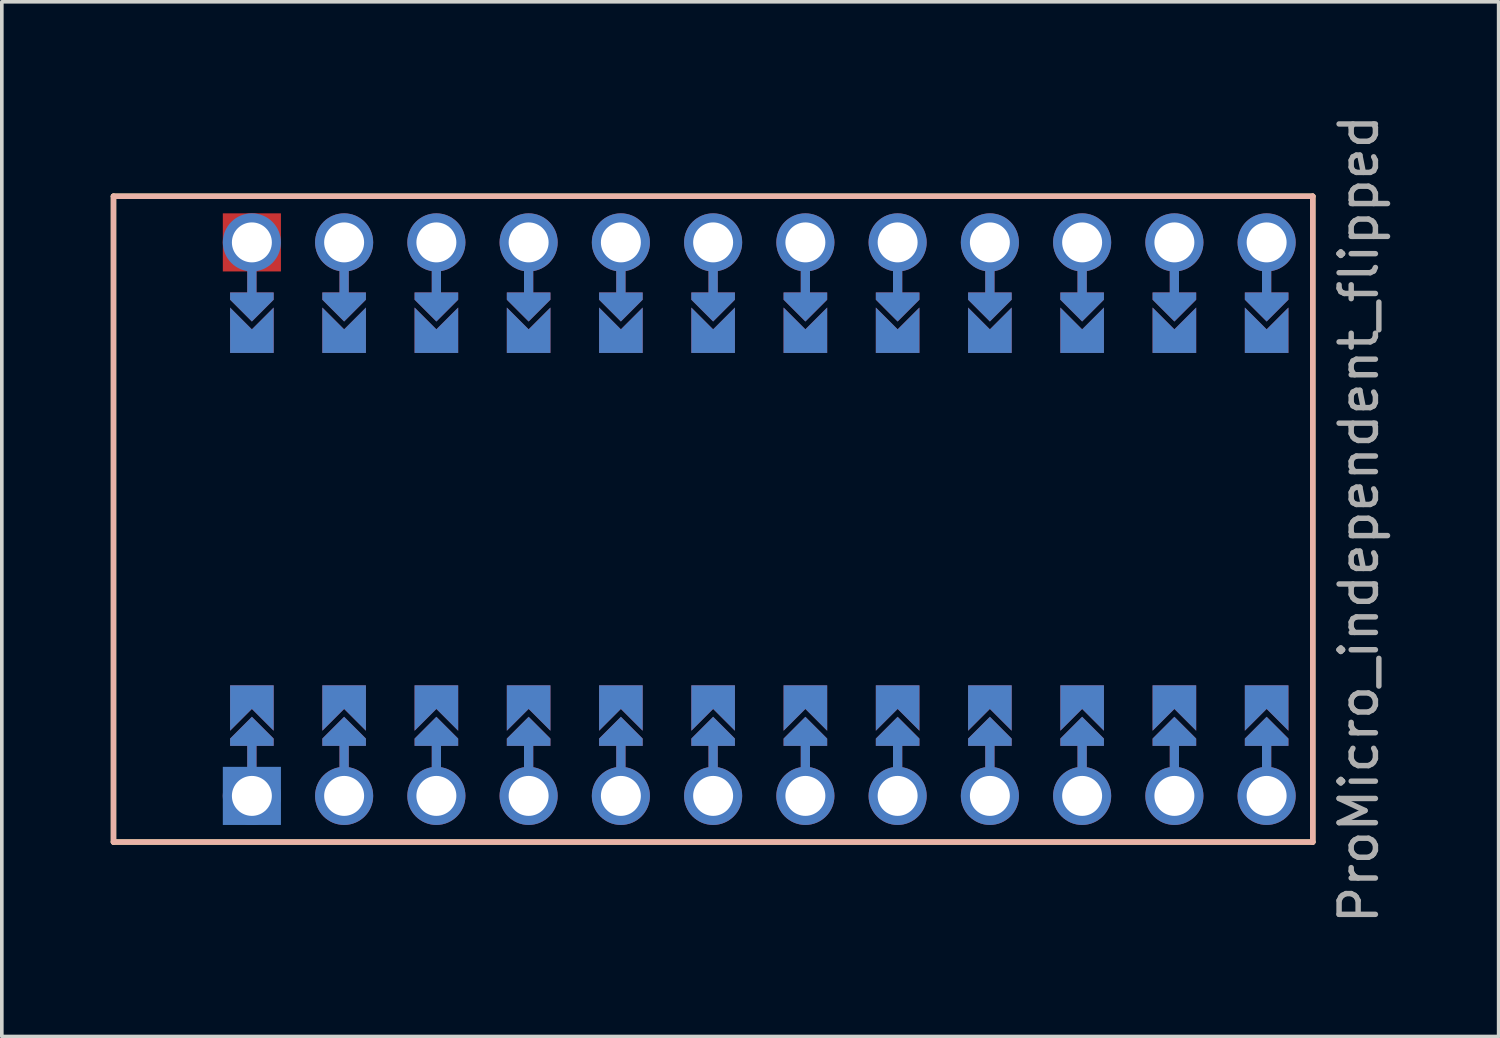
<source format=kicad_pcb>
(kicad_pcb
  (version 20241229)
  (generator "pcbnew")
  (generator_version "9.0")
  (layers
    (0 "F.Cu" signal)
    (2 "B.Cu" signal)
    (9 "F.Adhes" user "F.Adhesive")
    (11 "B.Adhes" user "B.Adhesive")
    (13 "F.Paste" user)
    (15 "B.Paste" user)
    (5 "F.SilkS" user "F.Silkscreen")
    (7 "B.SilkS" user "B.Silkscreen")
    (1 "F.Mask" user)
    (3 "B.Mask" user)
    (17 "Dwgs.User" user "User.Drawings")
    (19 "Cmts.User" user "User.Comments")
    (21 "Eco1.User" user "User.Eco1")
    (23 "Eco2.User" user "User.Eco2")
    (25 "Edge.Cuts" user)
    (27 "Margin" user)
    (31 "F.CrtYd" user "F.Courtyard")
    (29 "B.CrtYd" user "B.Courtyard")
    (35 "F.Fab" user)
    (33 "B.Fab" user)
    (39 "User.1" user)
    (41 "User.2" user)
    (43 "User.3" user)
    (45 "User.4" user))
  (footprint "ProMicro_independent_flipped"
    (layer "F.Cu")
    (at 17.855 11.244)
    (property "Reference" "ProMicro_independent_flipped" (at 16.51 0 90) (layer "F.Fab") (effects (font (size 1 1) (thickness 0.15))))
    (attr through_hole)
    (fp_line (start -13.97 -7.62) (end -13.97 -5.842) (stroke (width 0.254) (type default)) (layer "F.Cu"))
    (fp_line (start -13.97 7.62) (end -13.97 5.842) (stroke (width 0.254) (type default)) (layer "F.Cu"))
    (fp_line (start -11.43 -7.62) (end -11.43 -5.842) (stroke (width 0.254) (type default)) (layer "F.Cu"))
    (fp_line (start -11.43 7.62) (end -11.43 5.842) (stroke (width 0.254) (type default)) (layer "F.Cu"))
    (fp_line (start -8.89 -7.62) (end -8.89 -5.842) (stroke (width 0.254) (type default)) (layer "F.Cu"))
    (fp_line (start -8.89 7.62) (end -8.89 5.842) (stroke (width 0.254) (type default)) (layer "F.Cu"))
    (fp_line (start -6.35 -7.62) (end -6.35 -5.842) (stroke (width 0.254) (type default)) (layer "F.Cu"))
    (fp_line (start -6.35 7.62) (end -6.35 5.842) (stroke (width 0.254) (type default)) (layer "F.Cu"))
    (fp_line (start -3.81 -7.62) (end -3.81 -5.842) (stroke (width 0.254) (type default)) (layer "F.Cu"))
    (fp_line (start -3.81 7.62) (end -3.81 5.842) (stroke (width 0.254) (type default)) (layer "F.Cu"))
    (fp_line (start -1.27 -7.62) (end -1.27 -5.842) (stroke (width 0.254) (type default)) (layer "F.Cu"))
    (fp_line (start -1.27 7.62) (end -1.27 5.842) (stroke (width 0.254) (type default)) (layer "F.Cu"))
    (fp_line (start 1.27 -7.62) (end 1.27 -5.842) (stroke (width 0.254) (type default)) (layer "F.Cu"))
    (fp_line (start 1.27 7.62) (end 1.27 5.842) (stroke (width 0.254) (type default)) (layer "F.Cu"))
    (fp_line (start 3.81 -7.62) (end 3.81 -5.842) (stroke (width 0.254) (type default)) (layer "F.Cu"))
    (fp_line (start 3.81 7.62) (end 3.81 5.842) (stroke (width 0.254) (type default)) (layer "F.Cu"))
    (fp_line (start 6.35 -7.62) (end 6.35 -5.842) (stroke (width 0.254) (type default)) (layer "F.Cu"))
    (fp_line (start 6.35 7.62) (end 6.35 5.842) (stroke (width 0.254) (type default)) (layer "F.Cu"))
    (fp_line (start 8.89 -7.62) (end 8.89 -5.842) (stroke (width 0.254) (type default)) (layer "F.Cu"))
    (fp_line (start 8.89 7.62) (end 8.89 5.842) (stroke (width 0.254) (type default)) (layer "F.Cu"))
    (fp_line (start 11.43 -7.62) (end 11.43 -5.842) (stroke (width 0.254) (type default)) (layer "F.Cu"))
    (fp_line (start 11.43 7.62) (end 11.43 5.842) (stroke (width 0.254) (type default)) (layer "F.Cu"))
    (fp_line (start 13.97 -7.62) (end 13.97 -5.842) (stroke (width 0.254) (type default)) (layer "F.Cu"))
    (fp_line (start 13.97 7.62) (end 13.97 5.842) (stroke (width 0.254) (type default)) (layer "F.Cu"))
    (fp_poly (pts (xy -14.478 -5.08) (xy -13.462 -5.08) (xy -13.462 -6.096) (xy -14.478 -6.096)) (stroke (width 0.2) (type solid)) (fill yes) (layer "F.Mask"))
    (fp_poly (pts (xy -13.462 5.08) (xy -14.478 5.08) (xy -14.478 6.096) (xy -13.462 6.096)) (stroke (width 0.2) (type solid)) (fill yes) (layer "F.Mask"))
    (fp_poly (pts (xy -11.938 -5.08) (xy -10.922 -5.08) (xy -10.922 -6.096) (xy -11.938 -6.096)) (stroke (width 0.2) (type solid)) (fill yes) (layer "F.Mask"))
    (fp_poly (pts (xy -10.922 5.08) (xy -11.938 5.08) (xy -11.938 6.096) (xy -10.922 6.096)) (stroke (width 0.2) (type solid)) (fill yes) (layer "F.Mask"))
    (fp_poly (pts (xy -9.398 -5.08) (xy -8.382 -5.08) (xy -8.382 -6.096) (xy -9.398 -6.096)) (stroke (width 0.2) (type solid)) (fill yes) (layer "F.Mask"))
    (fp_poly (pts (xy -8.382 5.08) (xy -9.398 5.08) (xy -9.398 6.096) (xy -8.382 6.096)) (stroke (width 0.2) (type solid)) (fill yes) (layer "F.Mask"))
    (fp_poly (pts (xy -6.858 -5.08) (xy -5.842 -5.08) (xy -5.842 -6.096) (xy -6.858 -6.096)) (stroke (width 0.2) (type solid)) (fill yes) (layer "F.Mask"))
    (fp_poly (pts (xy -5.842 5.08) (xy -6.858 5.08) (xy -6.858 6.096) (xy -5.842 6.096)) (stroke (width 0.2) (type solid)) (fill yes) (layer "F.Mask"))
    (fp_poly (pts (xy -4.318 -5.08) (xy -3.302 -5.08) (xy -3.302 -6.096) (xy -4.318 -6.096)) (stroke (width 0.2) (type solid)) (fill yes) (layer "F.Mask"))
    (fp_poly (pts (xy -3.302 5.08) (xy -4.318 5.08) (xy -4.318 6.096) (xy -3.302 6.096)) (stroke (width 0.2) (type solid)) (fill yes) (layer "F.Mask"))
    (fp_poly (pts (xy -1.778 -5.08) (xy -0.762 -5.08) (xy -0.762 -6.096) (xy -1.778 -6.096)) (stroke (width 0.2) (type solid)) (fill yes) (layer "F.Mask"))
    (fp_poly (pts (xy -0.762 5.08) (xy -1.778 5.08) (xy -1.778 6.096) (xy -0.762 6.096)) (stroke (width 0.2) (type solid)) (fill yes) (layer "F.Mask"))
    (fp_poly (pts (xy 0.762 -5.08) (xy 1.778 -5.08) (xy 1.778 -6.096) (xy 0.762 -6.096)) (stroke (width 0.2) (type solid)) (fill yes) (layer "F.Mask"))
    (fp_poly (pts (xy 1.778 5.08) (xy 0.762 5.08) (xy 0.762 6.096) (xy 1.778 6.096)) (stroke (width 0.2) (type solid)) (fill yes) (layer "F.Mask"))
    (fp_poly (pts (xy 3.302 -5.08) (xy 4.318 -5.08) (xy 4.318 -6.096) (xy 3.302 -6.096)) (stroke (width 0.2) (type solid)) (fill yes) (layer "F.Mask"))
    (fp_poly (pts (xy 4.318 5.08) (xy 3.302 5.08) (xy 3.302 6.096) (xy 4.318 6.096)) (stroke (width 0.2) (type solid)) (fill yes) (layer "F.Mask"))
    (fp_poly (pts (xy 5.842 -5.08) (xy 6.858 -5.08) (xy 6.858 -6.096) (xy 5.842 -6.096)) (stroke (width 0.2) (type solid)) (fill yes) (layer "F.Mask"))
    (fp_poly (pts (xy 6.858 5.08) (xy 5.842 5.08) (xy 5.842 6.096) (xy 6.858 6.096)) (stroke (width 0.2) (type solid)) (fill yes) (layer "F.Mask"))
    (fp_poly (pts (xy 8.382 -5.08) (xy 9.398 -5.08) (xy 9.398 -6.096) (xy 8.382 -6.096)) (stroke (width 0.2) (type solid)) (fill yes) (layer "F.Mask"))
    (fp_poly (pts (xy 9.398 5.08) (xy 8.382 5.08) (xy 8.382 6.096) (xy 9.398 6.096)) (stroke (width 0.2) (type solid)) (fill yes) (layer "F.Mask"))
    (fp_poly (pts (xy 10.922 -5.08) (xy 11.938 -5.08) (xy 11.938 -6.096) (xy 10.922 -6.096)) (stroke (width 0.2) (type solid)) (fill yes) (layer "F.Mask"))
    (fp_poly (pts (xy 11.938 5.08) (xy 10.922 5.08) (xy 10.922 6.096) (xy 11.938 6.096)) (stroke (width 0.2) (type solid)) (fill yes) (layer "F.Mask"))
    (fp_poly (pts (xy 13.462 -5.08) (xy 14.478 -5.08) (xy 14.478 -6.096) (xy 13.462 -6.096)) (stroke (width 0.2) (type solid)) (fill yes) (layer "F.Mask"))
    (fp_poly (pts (xy 14.478 5.08) (xy 13.462 5.08) (xy 13.462 6.096) (xy 14.478 6.096)) (stroke (width 0.2) (type solid)) (fill yes) (layer "F.Mask"))
    (fp_line (start -13.97 -7.62) (end -13.97 -5.842) (stroke (width 0.254) (type default)) (layer "B.Cu"))
    (fp_line (start -13.97 7.62) (end -13.97 5.842) (stroke (width 0.254) (type default)) (layer "B.Cu"))
    (fp_line (start -11.43 -7.62) (end -11.43 -5.842) (stroke (width 0.254) (type default)) (layer "B.Cu"))
    (fp_line (start -11.43 7.62) (end -11.43 5.842) (stroke (width 0.254) (type default)) (layer "B.Cu"))
    (fp_line (start -8.89 -7.62) (end -8.89 -5.842) (stroke (width 0.254) (type default)) (layer "B.Cu"))
    (fp_line (start -8.89 7.62) (end -8.89 5.842) (stroke (width 0.254) (type default)) (layer "B.Cu"))
    (fp_line (start -6.35 -7.62) (end -6.35 -5.842) (stroke (width 0.254) (type default)) (layer "B.Cu"))
    (fp_line (start -6.35 7.62) (end -6.35 5.842) (stroke (width 0.254) (type default)) (layer "B.Cu"))
    (fp_line (start -3.81 -7.62) (end -3.81 -5.842) (stroke (width 0.254) (type default)) (layer "B.Cu"))
    (fp_line (start -3.81 7.62) (end -3.81 5.842) (stroke (width 0.254) (type default)) (layer "B.Cu"))
    (fp_line (start -1.27 -7.62) (end -1.27 -5.842) (stroke (width 0.254) (type default)) (layer "B.Cu"))
    (fp_line (start -1.27 7.62) (end -1.27 5.842) (stroke (width 0.254) (type default)) (layer "B.Cu"))
    (fp_line (start 1.27 -7.62) (end 1.27 -5.842) (stroke (width 0.254) (type default)) (layer "B.Cu"))
    (fp_line (start 1.27 7.62) (end 1.27 5.842) (stroke (width 0.254) (type default)) (layer "B.Cu"))
    (fp_line (start 3.81 -7.62) (end 3.81 -5.842) (stroke (width 0.254) (type default)) (layer "B.Cu"))
    (fp_line (start 3.81 7.62) (end 3.81 5.842) (stroke (width 0.254) (type default)) (layer "B.Cu"))
    (fp_line (start 6.35 -7.62) (end 6.35 -5.842) (stroke (width 0.254) (type default)) (layer "B.Cu"))
    (fp_line (start 6.35 7.62) (end 6.35 5.842) (stroke (width 0.254) (type default)) (layer "B.Cu"))
    (fp_line (start 8.89 -7.62) (end 8.89 -5.842) (stroke (width 0.254) (type default)) (layer "B.Cu"))
    (fp_line (start 8.89 7.62) (end 8.89 5.842) (stroke (width 0.254) (type default)) (layer "B.Cu"))
    (fp_line (start 11.43 -7.62) (end 11.43 -5.842) (stroke (width 0.254) (type default)) (layer "B.Cu"))
    (fp_line (start 11.43 7.62) (end 11.43 5.842) (stroke (width 0.254) (type default)) (layer "B.Cu"))
    (fp_line (start 13.97 -7.62) (end 13.97 -5.842) (stroke (width 0.254) (type default)) (layer "B.Cu"))
    (fp_line (start 13.97 7.62) (end 13.97 5.842) (stroke (width 0.254) (type default)) (layer "B.Cu"))
    (fp_poly (pts (xy -14.478 -5.08) (xy -13.462 -5.08) (xy -13.462 -6.096) (xy -14.478 -6.096)) (stroke (width 0.2) (type solid)) (fill yes) (layer "B.Mask"))
    (fp_poly (pts (xy -13.462 5.08) (xy -14.478 5.08) (xy -14.478 6.096) (xy -13.462 6.096)) (stroke (width 0.2) (type solid)) (fill yes) (layer "B.Mask"))
    (fp_poly (pts (xy -11.938 -5.08) (xy -10.922 -5.08) (xy -10.922 -6.096) (xy -11.938 -6.096)) (stroke (width 0.2) (type solid)) (fill yes) (layer "B.Mask"))
    (fp_poly (pts (xy -10.922 5.08) (xy -11.938 5.08) (xy -11.938 6.096) (xy -10.922 6.096)) (stroke (width 0.2) (type solid)) (fill yes) (layer "B.Mask"))
    (fp_poly (pts (xy -9.398 -5.08) (xy -8.382 -5.08) (xy -8.382 -6.096) (xy -9.398 -6.096)) (stroke (width 0.2) (type solid)) (fill yes) (layer "B.Mask"))
    (fp_poly (pts (xy -8.382 5.08) (xy -9.398 5.08) (xy -9.398 6.096) (xy -8.382 6.096)) (stroke (width 0.2) (type solid)) (fill yes) (layer "B.Mask"))
    (fp_poly (pts (xy -6.858 -5.08) (xy -5.842 -5.08) (xy -5.842 -6.096) (xy -6.858 -6.096)) (stroke (width 0.2) (type solid)) (fill yes) (layer "B.Mask"))
    (fp_poly (pts (xy -5.842 5.08) (xy -6.858 5.08) (xy -6.858 6.096) (xy -5.842 6.096)) (stroke (width 0.2) (type solid)) (fill yes) (layer "B.Mask"))
    (fp_poly (pts (xy -4.318 -5.08) (xy -3.302 -5.08) (xy -3.302 -6.096) (xy -4.318 -6.096)) (stroke (width 0.2) (type solid)) (fill yes) (layer "B.Mask"))
    (fp_poly (pts (xy -3.302 5.08) (xy -4.318 5.08) (xy -4.318 6.096) (xy -3.302 6.096)) (stroke (width 0.2) (type solid)) (fill yes) (layer "B.Mask"))
    (fp_poly (pts (xy -1.778 -5.08) (xy -0.762 -5.08) (xy -0.762 -6.096) (xy -1.778 -6.096)) (stroke (width 0.2) (type solid)) (fill yes) (layer "B.Mask"))
    (fp_poly (pts (xy -0.762 5.08) (xy -1.778 5.08) (xy -1.778 6.096) (xy -0.762 6.096)) (stroke (width 0.2) (type solid)) (fill yes) (layer "B.Mask"))
    (fp_poly (pts (xy 0.762 -5.08) (xy 1.778 -5.08) (xy 1.778 -6.096) (xy 0.762 -6.096)) (stroke (width 0.2) (type solid)) (fill yes) (layer "B.Mask"))
    (fp_poly (pts (xy 1.778 5.08) (xy 0.762 5.08) (xy 0.762 6.096) (xy 1.778 6.096)) (stroke (width 0.2) (type solid)) (fill yes) (layer "B.Mask"))
    (fp_poly (pts (xy 3.302 -5.08) (xy 4.318 -5.08) (xy 4.318 -6.096) (xy 3.302 -6.096)) (stroke (width 0.2) (type solid)) (fill yes) (layer "B.Mask"))
    (fp_poly (pts (xy 4.318 5.08) (xy 3.302 5.08) (xy 3.302 6.096) (xy 4.318 6.096)) (stroke (width 0.2) (type solid)) (fill yes) (layer "B.Mask"))
    (fp_poly (pts (xy 5.842 -5.08) (xy 6.858 -5.08) (xy 6.858 -6.096) (xy 5.842 -6.096)) (stroke (width 0.2) (type solid)) (fill yes) (layer "B.Mask"))
    (fp_poly (pts (xy 6.858 5.08) (xy 5.842 5.08) (xy 5.842 6.096) (xy 6.858 6.096)) (stroke (width 0.2) (type solid)) (fill yes) (layer "B.Mask"))
    (fp_poly (pts (xy 8.382 -5.08) (xy 9.398 -5.08) (xy 9.398 -6.096) (xy 8.382 -6.096)) (stroke (width 0.2) (type solid)) (fill yes) (layer "B.Mask"))
    (fp_poly (pts (xy 9.398 5.08) (xy 8.382 5.08) (xy 8.382 6.096) (xy 9.398 6.096)) (stroke (width 0.2) (type solid)) (fill yes) (layer "B.Mask"))
    (fp_poly (pts (xy 10.922 -5.08) (xy 11.938 -5.08) (xy 11.938 -6.096) (xy 10.922 -6.096)) (stroke (width 0.2) (type solid)) (fill yes) (layer "B.Mask"))
    (fp_poly (pts (xy 11.938 5.08) (xy 10.922 5.08) (xy 10.922 6.096) (xy 11.938 6.096)) (stroke (width 0.2) (type solid)) (fill yes) (layer "B.Mask"))
    (fp_poly (pts (xy 13.462 -5.08) (xy 14.478 -5.08) (xy 14.478 -6.096) (xy 13.462 -6.096)) (stroke (width 0.2) (type solid)) (fill yes) (layer "B.Mask"))
    (fp_poly (pts (xy 14.478 5.08) (xy 13.462 5.08) (xy 13.462 6.096) (xy 14.478 6.096)) (stroke (width 0.2) (type solid)) (fill yes) (layer "B.Mask"))
    (fp_line (start -17.78 -8.89) (end 15.24 -8.89) (stroke (width 0.15) (type solid)) (layer "F.SilkS"))
    (fp_line (start -17.78 8.89) (end -17.78 -8.89) (stroke (width 0.15) (type solid)) (layer "F.SilkS"))
    (fp_line (start -17.78 8.89) (end 15.24 8.89) (stroke (width 0.15) (type solid)) (layer "F.SilkS"))
    (fp_line (start 15.24 8.89) (end 15.24 -8.89) (stroke (width 0.15) (type solid)) (layer "F.SilkS"))
    (fp_line (start -17.78 -8.89) (end 15.24 -8.89) (stroke (width 0.15) (type solid)) (layer "B.SilkS"))
    (fp_line (start -17.78 8.89) (end -17.78 -8.89) (stroke (width 0.15) (type solid)) (layer "B.SilkS"))
    (fp_line (start -17.78 8.89) (end 15.24 8.89) (stroke (width 0.15) (type solid)) (layer "B.SilkS"))
    (fp_line (start 15.24 8.89) (end 15.24 -8.89) (stroke (width 0.15) (type solid)) (layer "B.SilkS"))
    (pad "" thru_hole circle (at -13.97 -7.62) (size 1.6 1.6) (drill 1.1) (layers "*.Cu" "*.Paste" "*.Mask"))
    (pad "" smd rect (at -13.97 -7.62 90) (size 1.6 1.6) (layers "F.Cu" "F.Mask" "F.Paste"))
    (pad "" smd custom (at -13.97 -5.842 180) (size 0.1 0.1) (layers "F.Cu" "F.Mask") (options (anchor rect)) (primitives (gr_poly (pts (xy 0.6 0.4) (xy -0.6 0.4) (xy -0.6 0.2) (xy 0 -0.4) (xy 0.6 0.2)) (width 0) (fill yes))))
    (pad "" smd custom (at -13.97 -5.842 180) (size 0.1 0.1) (layers "B.Cu" "B.Mask") (options (anchor rect)) (primitives (gr_poly (pts (xy 0.6 0.4) (xy -0.6 0.4) (xy -0.6 0.2) (xy 0 -0.4) (xy 0.6 0.2)) (width 0) (fill yes))))
    (pad "" smd custom (at -13.97 5.842) (size 0.1 0.1) (layers "F.Cu" "F.Mask") (options (anchor rect)) (primitives (gr_poly (pts (xy 0.6 0.4) (xy -0.6 0.4) (xy -0.6 0.2) (xy 0 -0.4) (xy 0.6 0.2)) (width 0) (fill yes))))
    (pad "" smd custom (at -13.97 5.842) (size 0.1 0.1) (layers "B.Cu" "B.Mask") (options (anchor rect)) (primitives (gr_poly (pts (xy 0.6 0.4) (xy -0.6 0.4) (xy -0.6 0.2) (xy 0 -0.4) (xy 0.6 0.2)) (width 0) (fill yes))))
    (pad "" thru_hole circle (at -13.97 7.62) (size 1.6 1.6) (drill 1.1) (layers "*.Cu" "*.Paste" "*.Mask"))
    (pad "" smd rect (at -13.97 7.62) (size 1.6 1.6) (layers "B.Cu" "B.Mask" "B.Paste"))
    (pad "" thru_hole circle (at -11.43 -7.62) (size 1.6 1.6) (drill 1.1) (layers "*.Cu" "*.Paste" "*.Mask"))
    (pad "" smd custom (at -11.43 -5.842 180) (size 0.1 0.1) (layers "F.Cu" "F.Mask") (options (anchor rect)) (primitives (gr_poly (pts (xy 0.6 0.4) (xy -0.6 0.4) (xy -0.6 0.2) (xy 0 -0.4) (xy 0.6 0.2)) (width 0) (fill yes))))
    (pad "" smd custom (at -11.43 -5.842 180) (size 0.1 0.1) (layers "B.Cu" "B.Mask") (options (anchor rect)) (primitives (gr_poly (pts (xy 0.6 0.4) (xy -0.6 0.4) (xy -0.6 0.2) (xy 0 -0.4) (xy 0.6 0.2)) (width 0) (fill yes))))
    (pad "" smd custom (at -11.43 5.842) (size 0.1 0.1) (layers "F.Cu" "F.Mask") (options (anchor rect)) (primitives (gr_poly (pts (xy 0.6 0.4) (xy -0.6 0.4) (xy -0.6 0.2) (xy 0 -0.4) (xy 0.6 0.2)) (width 0) (fill yes))))
    (pad "" smd custom (at -11.43 5.842) (size 0.1 0.1) (layers "B.Cu" "B.Mask") (options (anchor rect)) (primitives (gr_poly (pts (xy 0.6 0.4) (xy -0.6 0.4) (xy -0.6 0.2) (xy 0 -0.4) (xy 0.6 0.2)) (width 0) (fill yes))))
    (pad "" thru_hole circle (at -11.43 7.62) (size 1.6 1.6) (drill 1.1) (layers "*.Cu" "*.Paste" "*.Mask"))
    (pad "" thru_hole circle (at -8.89 -7.62) (size 1.6 1.6) (drill 1.1) (layers "*.Cu" "*.Paste" "*.Mask"))
    (pad "" smd custom (at -8.89 -5.842 180) (size 0.1 0.1) (layers "F.Cu" "F.Mask") (options (anchor rect)) (primitives (gr_poly (pts (xy 0.6 0.4) (xy -0.6 0.4) (xy -0.6 0.2) (xy 0 -0.4) (xy 0.6 0.2)) (width 0) (fill yes))))
    (pad "" smd custom (at -8.89 -5.842 180) (size 0.1 0.1) (layers "B.Cu" "B.Mask") (options (anchor rect)) (primitives (gr_poly (pts (xy 0.6 0.4) (xy -0.6 0.4) (xy -0.6 0.2) (xy 0 -0.4) (xy 0.6 0.2)) (width 0) (fill yes))))
    (pad "" smd custom (at -8.89 5.842) (size 0.1 0.1) (layers "F.Cu" "F.Mask") (options (anchor rect)) (primitives (gr_poly (pts (xy 0.6 0.4) (xy -0.6 0.4) (xy -0.6 0.2) (xy 0 -0.4) (xy 0.6 0.2)) (width 0) (fill yes))))
    (pad "" smd custom (at -8.89 5.842) (size 0.1 0.1) (layers "B.Cu" "B.Mask") (options (anchor rect)) (primitives (gr_poly (pts (xy 0.6 0.4) (xy -0.6 0.4) (xy -0.6 0.2) (xy 0 -0.4) (xy 0.6 0.2)) (width 0) (fill yes))))
    (pad "" thru_hole circle (at -8.89 7.62) (size 1.6 1.6) (drill 1.1) (layers "*.Cu" "*.Paste" "*.Mask"))
    (pad "" thru_hole circle (at -6.35 -7.62) (size 1.6 1.6) (drill 1.1) (layers "*.Cu" "*.Paste" "*.Mask"))
    (pad "" smd custom (at -6.35 -5.842 180) (size 0.1 0.1) (layers "F.Cu" "F.Mask") (options (anchor rect)) (primitives (gr_poly (pts (xy 0.6 0.4) (xy -0.6 0.4) (xy -0.6 0.2) (xy 0 -0.4) (xy 0.6 0.2)) (width 0) (fill yes))))
    (pad "" smd custom (at -6.35 -5.842 180) (size 0.1 0.1) (layers "B.Cu" "B.Mask") (options (anchor rect)) (primitives (gr_poly (pts (xy 0.6 0.4) (xy -0.6 0.4) (xy -0.6 0.2) (xy 0 -0.4) (xy 0.6 0.2)) (width 0) (fill yes))))
    (pad "" smd custom (at -6.35 5.842) (size 0.1 0.1) (layers "F.Cu" "F.Mask") (options (anchor rect)) (primitives (gr_poly (pts (xy 0.6 0.4) (xy -0.6 0.4) (xy -0.6 0.2) (xy 0 -0.4) (xy 0.6 0.2)) (width 0) (fill yes))))
    (pad "" smd custom (at -6.35 5.842) (size 0.1 0.1) (layers "B.Cu" "B.Mask") (options (anchor rect)) (primitives (gr_poly (pts (xy 0.6 0.4) (xy -0.6 0.4) (xy -0.6 0.2) (xy 0 -0.4) (xy 0.6 0.2)) (width 0) (fill yes))))
    (pad "" thru_hole circle (at -6.35 7.62) (size 1.6 1.6) (drill 1.1) (layers "*.Cu" "*.Paste" "*.Mask"))
    (pad "" thru_hole circle (at -3.81 -7.62) (size 1.6 1.6) (drill 1.1) (layers "*.Cu" "*.Paste" "*.Mask"))
    (pad "" smd custom (at -3.81 -5.842 180) (size 0.1 0.1) (layers "F.Cu" "F.Mask") (options (anchor rect)) (primitives (gr_poly (pts (xy 0.6 0.4) (xy -0.6 0.4) (xy -0.6 0.2) (xy 0 -0.4) (xy 0.6 0.2)) (width 0) (fill yes))))
    (pad "" smd custom (at -3.81 -5.842 180) (size 0.1 0.1) (layers "B.Cu" "B.Mask") (options (anchor rect)) (primitives (gr_poly (pts (xy 0.6 0.4) (xy -0.6 0.4) (xy -0.6 0.2) (xy 0 -0.4) (xy 0.6 0.2)) (width 0) (fill yes))))
    (pad "" smd custom (at -3.81 5.842) (size 0.1 0.1) (layers "F.Cu" "F.Mask") (options (anchor rect)) (primitives (gr_poly (pts (xy 0.6 0.4) (xy -0.6 0.4) (xy -0.6 0.2) (xy 0 -0.4) (xy 0.6 0.2)) (width 0) (fill yes))))
    (pad "" smd custom (at -3.81 5.842) (size 0.1 0.1) (layers "B.Cu" "B.Mask") (options (anchor rect)) (primitives (gr_poly (pts (xy 0.6 0.4) (xy -0.6 0.4) (xy -0.6 0.2) (xy 0 -0.4) (xy 0.6 0.2)) (width 0) (fill yes))))
    (pad "" thru_hole circle (at -3.81 7.62) (size 1.6 1.6) (drill 1.1) (layers "*.Cu" "*.Paste" "*.Mask"))
    (pad "" thru_hole circle (at -1.27 -7.62) (size 1.6 1.6) (drill 1.1) (layers "*.Cu" "*.Paste" "*.Mask"))
    (pad "" smd custom (at -1.27 -5.842 180) (size 0.1 0.1) (layers "F.Cu" "F.Mask") (options (anchor rect)) (primitives (gr_poly (pts (xy 0.6 0.4) (xy -0.6 0.4) (xy -0.6 0.2) (xy 0 -0.4) (xy 0.6 0.2)) (width 0) (fill yes))))
    (pad "" smd custom (at -1.27 -5.842 180) (size 0.1 0.1) (layers "B.Cu" "B.Mask") (options (anchor rect)) (primitives (gr_poly (pts (xy 0.6 0.4) (xy -0.6 0.4) (xy -0.6 0.2) (xy 0 -0.4) (xy 0.6 0.2)) (width 0) (fill yes))))
    (pad "" smd custom (at -1.27 5.842) (size 0.1 0.1) (layers "F.Cu" "F.Mask") (options (anchor rect)) (primitives (gr_poly (pts (xy 0.6 0.4) (xy -0.6 0.4) (xy -0.6 0.2) (xy 0 -0.4) (xy 0.6 0.2)) (width 0) (fill yes))))
    (pad "" smd custom (at -1.27 5.842) (size 0.1 0.1) (layers "B.Cu" "B.Mask") (options (anchor rect)) (primitives (gr_poly (pts (xy 0.6 0.4) (xy -0.6 0.4) (xy -0.6 0.2) (xy 0 -0.4) (xy 0.6 0.2)) (width 0) (fill yes))))
    (pad "" thru_hole circle (at -1.27 7.62) (size 1.6 1.6) (drill 1.1) (layers "*.Cu" "*.Paste" "*.Mask"))
    (pad "" thru_hole circle (at 1.27 -7.62) (size 1.6 1.6) (drill 1.1) (layers "*.Cu" "*.Paste" "*.Mask"))
    (pad "" smd custom (at 1.27 -5.842 180) (size 0.1 0.1) (layers "F.Cu" "F.Mask") (options (anchor rect)) (primitives (gr_poly (pts (xy 0.6 0.4) (xy -0.6 0.4) (xy -0.6 0.2) (xy 0 -0.4) (xy 0.6 0.2)) (width 0) (fill yes))))
    (pad "" smd custom (at 1.27 -5.842 180) (size 0.1 0.1) (layers "B.Cu" "B.Mask") (options (anchor rect)) (primitives (gr_poly (pts (xy 0.6 0.4) (xy -0.6 0.4) (xy -0.6 0.2) (xy 0 -0.4) (xy 0.6 0.2)) (width 0) (fill yes))))
    (pad "" smd custom (at 1.27 5.842) (size 0.1 0.1) (layers "F.Cu" "F.Mask") (options (anchor rect)) (primitives (gr_poly (pts (xy 0.6 0.4) (xy -0.6 0.4) (xy -0.6 0.2) (xy 0 -0.4) (xy 0.6 0.2)) (width 0) (fill yes))))
    (pad "" smd custom (at 1.27 5.842) (size 0.1 0.1) (layers "B.Cu" "B.Mask") (options (anchor rect)) (primitives (gr_poly (pts (xy 0.6 0.4) (xy -0.6 0.4) (xy -0.6 0.2) (xy 0 -0.4) (xy 0.6 0.2)) (width 0) (fill yes))))
    (pad "" thru_hole circle (at 1.27 7.62) (size 1.6 1.6) (drill 1.1) (layers "*.Cu" "*.Paste" "*.Mask"))
    (pad "" thru_hole circle (at 3.81 -7.62) (size 1.6 1.6) (drill 1.1) (layers "*.Cu" "*.Paste" "*.Mask"))
    (pad "" smd custom (at 3.81 -5.842 180) (size 0.1 0.1) (layers "F.Cu" "F.Mask") (options (anchor rect)) (primitives (gr_poly (pts (xy 0.6 0.4) (xy -0.6 0.4) (xy -0.6 0.2) (xy 0 -0.4) (xy 0.6 0.2)) (width 0) (fill yes))))
    (pad "" smd custom (at 3.81 -5.842 180) (size 0.1 0.1) (layers "B.Cu" "B.Mask") (options (anchor rect)) (primitives (gr_poly (pts (xy 0.6 0.4) (xy -0.6 0.4) (xy -0.6 0.2) (xy 0 -0.4) (xy 0.6 0.2)) (width 0) (fill yes))))
    (pad "" smd custom (at 3.81 5.842) (size 0.1 0.1) (layers "F.Cu" "F.Mask") (options (anchor rect)) (primitives (gr_poly (pts (xy 0.6 0.4) (xy -0.6 0.4) (xy -0.6 0.2) (xy 0 -0.4) (xy 0.6 0.2)) (width 0) (fill yes))))
    (pad "" smd custom (at 3.81 5.842) (size 0.1 0.1) (layers "B.Cu" "B.Mask") (options (anchor rect)) (primitives (gr_poly (pts (xy 0.6 0.4) (xy -0.6 0.4) (xy -0.6 0.2) (xy 0 -0.4) (xy 0.6 0.2)) (width 0) (fill yes))))
    (pad "" thru_hole circle (at 3.81 7.62) (size 1.6 1.6) (drill 1.1) (layers "*.Cu" "*.Paste" "*.Mask"))
    (pad "" thru_hole circle (at 6.35 -7.62) (size 1.6 1.6) (drill 1.1) (layers "*.Cu" "*.Paste" "*.Mask"))
    (pad "" smd custom (at 6.35 -5.842 180) (size 0.1 0.1) (layers "F.Cu" "F.Mask") (options (anchor rect)) (primitives (gr_poly (pts (xy 0.6 0.4) (xy -0.6 0.4) (xy -0.6 0.2) (xy 0 -0.4) (xy 0.6 0.2)) (width 0) (fill yes))))
    (pad "" smd custom (at 6.35 -5.842 180) (size 0.1 0.1) (layers "B.Cu" "B.Mask") (options (anchor rect)) (primitives (gr_poly (pts (xy 0.6 0.4) (xy -0.6 0.4) (xy -0.6 0.2) (xy 0 -0.4) (xy 0.6 0.2)) (width 0) (fill yes))))
    (pad "" smd custom (at 6.35 5.842) (size 0.1 0.1) (layers "F.Cu" "F.Mask") (options (anchor rect)) (primitives (gr_poly (pts (xy 0.6 0.4) (xy -0.6 0.4) (xy -0.6 0.2) (xy 0 -0.4) (xy 0.6 0.2)) (width 0) (fill yes))))
    (pad "" smd custom (at 6.35 5.842) (size 0.1 0.1) (layers "B.Cu" "B.Mask") (options (anchor rect)) (primitives (gr_poly (pts (xy 0.6 0.4) (xy -0.6 0.4) (xy -0.6 0.2) (xy 0 -0.4) (xy 0.6 0.2)) (width 0) (fill yes))))
    (pad "" thru_hole circle (at 6.35 7.62) (size 1.6 1.6) (drill 1.1) (layers "*.Cu" "*.Paste" "*.Mask"))
    (pad "" thru_hole circle (at 8.89 -7.62) (size 1.6 1.6) (drill 1.1) (layers "*.Cu" "*.Paste" "*.Mask"))
    (pad "" smd custom (at 8.89 -5.842 180) (size 0.1 0.1) (layers "F.Cu" "F.Mask") (options (anchor rect)) (primitives (gr_poly (pts (xy 0.6 0.4) (xy -0.6 0.4) (xy -0.6 0.2) (xy 0 -0.4) (xy 0.6 0.2)) (width 0) (fill yes))))
    (pad "" smd custom (at 8.89 -5.842 180) (size 0.1 0.1) (layers "B.Cu" "B.Mask") (options (anchor rect)) (primitives (gr_poly (pts (xy 0.6 0.4) (xy -0.6 0.4) (xy -0.6 0.2) (xy 0 -0.4) (xy 0.6 0.2)) (width 0) (fill yes))))
    (pad "" smd custom (at 8.89 5.842) (size 0.1 0.1) (layers "F.Cu" "F.Mask") (options (anchor rect)) (primitives (gr_poly (pts (xy 0.6 0.4) (xy -0.6 0.4) (xy -0.6 0.2) (xy 0 -0.4) (xy 0.6 0.2)) (width 0) (fill yes))))
    (pad "" smd custom (at 8.89 5.842) (size 0.1 0.1) (layers "B.Cu" "B.Mask") (options (anchor rect)) (primitives (gr_poly (pts (xy 0.6 0.4) (xy -0.6 0.4) (xy -0.6 0.2) (xy 0 -0.4) (xy 0.6 0.2)) (width 0) (fill yes))))
    (pad "" thru_hole circle (at 8.89 7.62) (size 1.6 1.6) (drill 1.1) (layers "*.Cu" "*.Paste" "*.Mask"))
    (pad "" thru_hole circle (at 11.43 -7.62) (size 1.6 1.6) (drill 1.1) (layers "*.Cu" "*.Paste" "*.Mask"))
    (pad "" smd custom (at 11.43 -5.842 180) (size 0.1 0.1) (layers "F.Cu" "F.Mask") (options (anchor rect)) (primitives (gr_poly (pts (xy 0.6 0.4) (xy -0.6 0.4) (xy -0.6 0.2) (xy 0 -0.4) (xy 0.6 0.2)) (width 0) (fill yes))))
    (pad "" smd custom (at 11.43 -5.842 180) (size 0.1 0.1) (layers "B.Cu" "B.Mask") (options (anchor rect)) (primitives (gr_poly (pts (xy 0.6 0.4) (xy -0.6 0.4) (xy -0.6 0.2) (xy 0 -0.4) (xy 0.6 0.2)) (width 0) (fill yes))))
    (pad "" smd custom (at 11.43 5.842) (size 0.1 0.1) (layers "F.Cu" "F.Mask") (options (anchor rect)) (primitives (gr_poly (pts (xy 0.6 0.4) (xy -0.6 0.4) (xy -0.6 0.2) (xy 0 -0.4) (xy 0.6 0.2)) (width 0) (fill yes))))
    (pad "" smd custom (at 11.43 5.842) (size 0.1 0.1) (layers "B.Cu" "B.Mask") (options (anchor rect)) (primitives (gr_poly (pts (xy 0.6 0.4) (xy -0.6 0.4) (xy -0.6 0.2) (xy 0 -0.4) (xy 0.6 0.2)) (width 0) (fill yes))))
    (pad "" thru_hole circle (at 11.43 7.62) (size 1.6 1.6) (drill 1.1) (layers "*.Cu" "*.Paste" "*.Mask"))
    (pad "" thru_hole circle (at 13.97 -7.62) (size 1.6 1.6) (drill 1.1) (layers "*.Cu" "*.Paste" "*.Mask"))
    (pad "" smd custom (at 13.97 -5.842 180) (size 0.1 0.1) (layers "F.Cu" "F.Mask") (options (anchor rect)) (primitives (gr_poly (pts (xy 0.6 0.4) (xy -0.6 0.4) (xy -0.6 0.2) (xy 0 -0.4) (xy 0.6 0.2)) (width 0) (fill yes))))
    (pad "" smd custom (at 13.97 -5.842 180) (size 0.1 0.1) (layers "B.Cu" "B.Mask") (options (anchor rect)) (primitives (gr_poly (pts (xy 0.6 0.4) (xy -0.6 0.4) (xy -0.6 0.2) (xy 0 -0.4) (xy 0.6 0.2)) (width 0) (fill yes))))
    (pad "" smd custom (at 13.97 5.842) (size 0.1 0.1) (layers "F.Cu" "F.Mask") (options (anchor rect)) (primitives (gr_poly (pts (xy 0.6 0.4) (xy -0.6 0.4) (xy -0.6 0.2) (xy 0 -0.4) (xy 0.6 0.2)) (width 0) (fill yes))))
    (pad "" smd custom (at 13.97 5.842) (size 0.1 0.1) (layers "B.Cu" "B.Mask") (options (anchor rect)) (primitives (gr_poly (pts (xy 0.6 0.4) (xy -0.6 0.4) (xy -0.6 0.2) (xy 0 -0.4) (xy 0.6 0.2)) (width 0) (fill yes))))
    (pad "" thru_hole circle (at 13.97 7.62) (size 1.6 1.6) (drill 1.1) (layers "*.Cu" "*.Paste" "*.Mask"))
    (pad "1" smd custom (at -13.97 -4.826 180) (size 1.2 0.5) (layers "B.Cu" "B.Mask") (options (anchor rect)) (primitives (gr_poly (pts (xy 0.6 0) (xy -0.6 0) (xy -0.6 1) (xy 0 0.4) (xy 0.6 1)) (width 0) (fill yes))))
    (pad "2" smd custom (at -11.43 -4.826 180) (size 1.2 0.5) (layers "B.Cu" "B.Mask") (options (anchor rect)) (primitives (gr_poly (pts (xy 0.6 0) (xy -0.6 0) (xy -0.6 1) (xy 0 0.4) (xy 0.6 1)) (width 0) (fill yes))))
    (pad "3" smd custom (at -8.89 -4.826 180) (size 1.2 0.5) (layers "B.Cu" "B.Mask") (options (anchor rect)) (primitives (gr_poly (pts (xy 0.6 0) (xy -0.6 0) (xy -0.6 1) (xy 0 0.4) (xy 0.6 1)) (width 0) (fill yes))))
    (pad "4" smd custom (at -6.35 -4.826 180) (size 1.2 0.5) (layers "B.Cu" "B.Mask") (options (anchor rect)) (primitives (gr_poly (pts (xy 0.6 0) (xy -0.6 0) (xy -0.6 1) (xy 0 0.4) (xy 0.6 1)) (width 0) (fill yes))))
    (pad "5" smd custom (at -3.81 -4.826 180) (size 1.2 0.5) (layers "B.Cu" "B.Mask") (options (anchor rect)) (primitives (gr_poly (pts (xy 0.6 0) (xy -0.6 0) (xy -0.6 1) (xy 0 0.4) (xy 0.6 1)) (width 0) (fill yes))))
    (pad "6" smd custom (at -1.27 -4.826 180) (size 1.2 0.5) (layers "B.Cu" "B.Mask") (options (anchor rect)) (primitives (gr_poly (pts (xy 0.6 0) (xy -0.6 0) (xy -0.6 1) (xy 0 0.4) (xy 0.6 1)) (width 0) (fill yes))))
    (pad "7" smd custom (at 1.27 -4.826 180) (size 1.2 0.5) (layers "B.Cu" "B.Mask") (options (anchor rect)) (primitives (gr_poly (pts (xy 0.6 0) (xy -0.6 0) (xy -0.6 1) (xy 0 0.4) (xy 0.6 1)) (width 0) (fill yes))))
    (pad "8" smd custom (at 3.81 -4.826 180) (size 1.2 0.5) (layers "B.Cu" "B.Mask") (options (anchor rect)) (primitives (gr_poly (pts (xy 0.6 0) (xy -0.6 0) (xy -0.6 1) (xy 0 0.4) (xy 0.6 1)) (width 0) (fill yes))))
    (pad "9" smd custom (at 6.35 -4.826 180) (size 1.2 0.5) (layers "B.Cu" "B.Mask") (options (anchor rect)) (primitives (gr_poly (pts (xy 0.6 0) (xy -0.6 0) (xy -0.6 1) (xy 0 0.4) (xy 0.6 1)) (width 0) (fill yes))))
    (pad "10" smd custom (at 8.89 -4.826 180) (size 1.2 0.5) (layers "B.Cu" "B.Mask") (options (anchor rect)) (primitives (gr_poly (pts (xy 0.6 0) (xy -0.6 0) (xy -0.6 1) (xy 0 0.4) (xy 0.6 1)) (width 0) (fill yes))))
    (pad "11" smd custom (at 11.43 -4.826 180) (size 1.2 0.5) (layers "B.Cu" "B.Mask") (options (anchor rect)) (primitives (gr_poly (pts (xy 0.6 0) (xy -0.6 0) (xy -0.6 1) (xy 0 0.4) (xy 0.6 1)) (width 0) (fill yes))))
    (pad "12" smd custom (at 13.97 -4.826 180) (size 1.2 0.5) (layers "B.Cu" "B.Mask") (options (anchor rect)) (primitives (gr_poly (pts (xy 0.6 0) (xy -0.6 0) (xy -0.6 1) (xy 0 0.4) (xy 0.6 1)) (width 0) (fill yes))))
    (pad "13" smd custom (at 13.97 4.826) (size 1.2 0.5) (layers "B.Cu" "B.Mask") (options (anchor rect)) (primitives (gr_poly (pts (xy 0.6 0) (xy -0.6 0) (xy -0.6 1) (xy 0 0.4) (xy 0.6 1)) (width 0) (fill yes))))
    (pad "14" smd custom (at 11.43 4.826) (size 1.2 0.5) (layers "B.Cu" "B.Mask") (options (anchor rect)) (primitives (gr_poly (pts (xy 0.6 0) (xy -0.6 0) (xy -0.6 1) (xy 0 0.4) (xy 0.6 1)) (width 0) (fill yes))))
    (pad "15" smd custom (at 8.89 4.826) (size 1.2 0.5) (layers "B.Cu" "B.Mask") (options (anchor rect)) (primitives (gr_poly (pts (xy 0.6 0) (xy -0.6 0) (xy -0.6 1) (xy 0 0.4) (xy 0.6 1)) (width 0) (fill yes))))
    (pad "16" smd custom (at 6.35 4.826) (size 1.2 0.5) (layers "B.Cu" "B.Mask") (options (anchor rect)) (primitives (gr_poly (pts (xy 0.6 0) (xy -0.6 0) (xy -0.6 1) (xy 0 0.4) (xy 0.6 1)) (width 0) (fill yes))))
    (pad "17" smd custom (at 3.81 4.826) (size 1.2 0.5) (layers "B.Cu" "B.Mask") (options (anchor rect)) (primitives (gr_poly (pts (xy 0.6 0) (xy -0.6 0) (xy -0.6 1) (xy 0 0.4) (xy 0.6 1)) (width 0) (fill yes))))
    (pad "18" smd custom (at 1.27 4.826) (size 1.2 0.5) (layers "B.Cu" "B.Mask") (options (anchor rect)) (primitives (gr_poly (pts (xy 0.6 0) (xy -0.6 0) (xy -0.6 1) (xy 0 0.4) (xy 0.6 1)) (width 0) (fill yes))))
    (pad "19" smd custom (at -1.27 4.826) (size 1.2 0.5) (layers "B.Cu" "B.Mask") (options (anchor rect)) (primitives (gr_poly (pts (xy 0.6 0) (xy -0.6 0) (xy -0.6 1) (xy 0 0.4) (xy 0.6 1)) (width 0) (fill yes))))
    (pad "20" smd custom (at -3.81 4.826) (size 1.2 0.5) (layers "B.Cu" "B.Mask") (options (anchor rect)) (primitives (gr_poly (pts (xy 0.6 0) (xy -0.6 0) (xy -0.6 1) (xy 0 0.4) (xy 0.6 1)) (width 0) (fill yes))))
    (pad "21" smd custom (at -6.35 4.826) (size 1.2 0.5) (layers "B.Cu" "B.Mask") (options (anchor rect)) (primitives (gr_poly (pts (xy 0.6 0) (xy -0.6 0) (xy -0.6 1) (xy 0 0.4) (xy 0.6 1)) (width 0) (fill yes))))
    (pad "22" smd custom (at -8.89 4.826) (size 1.2 0.5) (layers "B.Cu" "B.Mask") (options (anchor rect)) (primitives (gr_poly (pts (xy 0.6 0) (xy -0.6 0) (xy -0.6 1) (xy 0 0.4) (xy 0.6 1)) (width 0) (fill yes))))
    (pad "23" smd custom (at -11.43 4.826) (size 1.2 0.5) (layers "B.Cu" "B.Mask") (options (anchor rect)) (primitives (gr_poly (pts (xy 0.6 0) (xy -0.6 0) (xy -0.6 1) (xy 0 0.4) (xy 0.6 1)) (width 0) (fill yes))))
    (pad "24" smd custom (at -13.97 4.826) (size 1.2 0.5) (layers "B.Cu" "B.Mask") (options (anchor rect)) (primitives (gr_poly (pts (xy 0.6 0) (xy -0.6 0) (xy -0.6 1) (xy 0 0.4) (xy 0.6 1)) (width 0) (fill yes))))
    (pad "25" smd custom (at -13.97 4.826) (size 1.2 0.5) (layers "F.Cu" "F.Mask") (options (anchor rect)) (primitives (gr_poly (pts (xy 0.6 0) (xy -0.6 0) (xy -0.6 1) (xy 0 0.4) (xy 0.6 1)) (width 0) (fill yes))))
    (pad "26" smd custom (at -11.43 4.826) (size 1.2 0.5) (layers "F.Cu" "F.Mask") (options (anchor rect)) (primitives (gr_poly (pts (xy 0.6 0) (xy -0.6 0) (xy -0.6 1) (xy 0 0.4) (xy 0.6 1)) (width 0) (fill yes))))
    (pad "27" smd custom (at -8.89 4.826) (size 1.2 0.5) (layers "F.Cu" "F.Mask") (options (anchor rect)) (primitives (gr_poly (pts (xy 0.6 0) (xy -0.6 0) (xy -0.6 1) (xy 0 0.4) (xy 0.6 1)) (width 0) (fill yes))))
    (pad "28" smd custom (at -6.35 4.826) (size 1.2 0.5) (layers "F.Cu" "F.Mask") (options (anchor rect)) (primitives (gr_poly (pts (xy 0.6 0) (xy -0.6 0) (xy -0.6 1) (xy 0 0.4) (xy 0.6 1)) (width 0) (fill yes))))
    (pad "29" smd custom (at -3.81 4.826) (size 1.2 0.5) (layers "F.Cu" "F.Mask") (options (anchor rect)) (primitives (gr_poly (pts (xy 0.6 0) (xy -0.6 0) (xy -0.6 1) (xy 0 0.4) (xy 0.6 1)) (width 0) (fill yes))))
    (pad "30" smd custom (at -1.27 4.826) (size 1.2 0.5) (layers "F.Cu" "F.Mask") (options (anchor rect)) (primitives (gr_poly (pts (xy 0.6 0) (xy -0.6 0) (xy -0.6 1) (xy 0 0.4) (xy 0.6 1)) (width 0) (fill yes))))
    (pad "31" smd custom (at 1.27 4.826) (size 1.2 0.5) (layers "F.Cu" "F.Mask") (options (anchor rect)) (primitives (gr_poly (pts (xy 0.6 0) (xy -0.6 0) (xy -0.6 1) (xy 0 0.4) (xy 0.6 1)) (width 0) (fill yes))))
    (pad "32" smd custom (at 3.81 4.826) (size 1.2 0.5) (layers "F.Cu" "F.Mask") (options (anchor rect)) (primitives (gr_poly (pts (xy 0.6 0) (xy -0.6 0) (xy -0.6 1) (xy 0 0.4) (xy 0.6 1)) (width 0) (fill yes))))
    (pad "33" smd custom (at 6.35 4.826) (size 1.2 0.5) (layers "F.Cu" "F.Mask") (options (anchor rect)) (primitives (gr_poly (pts (xy 0.6 0) (xy -0.6 0) (xy -0.6 1) (xy 0 0.4) (xy 0.6 1)) (width 0) (fill yes))))
    (pad "34" smd custom (at 8.89 4.826) (size 1.2 0.5) (layers "F.Cu" "F.Mask") (options (anchor rect)) (primitives (gr_poly (pts (xy 0.6 0) (xy -0.6 0) (xy -0.6 1) (xy 0 0.4) (xy 0.6 1)) (width 0) (fill yes))))
    (pad "35" smd custom (at 11.43 4.826) (size 1.2 0.5) (layers "F.Cu" "F.Mask") (options (anchor rect)) (primitives (gr_poly (pts (xy 0.6 0) (xy -0.6 0) (xy -0.6 1) (xy 0 0.4) (xy 0.6 1)) (width 0) (fill yes))))
    (pad "36" smd custom (at 13.97 4.826) (size 1.2 0.5) (layers "F.Cu" "F.Mask") (options (anchor rect)) (primitives (gr_poly (pts (xy 0.6 0) (xy -0.6 0) (xy -0.6 1) (xy 0 0.4) (xy 0.6 1)) (width 0) (fill yes))))
    (pad "37" smd custom (at 13.97 -4.826 180) (size 1.2 0.5) (layers "F.Cu" "F.Mask") (options (anchor rect)) (primitives (gr_poly (pts (xy 0.6 0) (xy -0.6 0) (xy -0.6 1) (xy 0 0.4) (xy 0.6 1)) (width 0) (fill yes))))
    (pad "38" smd custom (at 11.43 -4.826 180) (size 1.2 0.5) (layers "F.Cu" "F.Mask") (options (anchor rect)) (primitives (gr_poly (pts (xy 0.6 0) (xy -0.6 0) (xy -0.6 1) (xy 0 0.4) (xy 0.6 1)) (width 0) (fill yes))))
    (pad "39" smd custom (at 8.89 -4.826 180) (size 1.2 0.5) (layers "F.Cu" "F.Mask") (options (anchor rect)) (primitives (gr_poly (pts (xy 0.6 0) (xy -0.6 0) (xy -0.6 1) (xy 0 0.4) (xy 0.6 1)) (width 0) (fill yes))))
    (pad "40" smd custom (at 6.35 -4.826 180) (size 1.2 0.5) (layers "F.Cu" "F.Mask") (options (anchor rect)) (primitives (gr_poly (pts (xy 0.6 0) (xy -0.6 0) (xy -0.6 1) (xy 0 0.4) (xy 0.6 1)) (width 0) (fill yes))))
    (pad "41" smd custom (at 3.81 -4.826 180) (size 1.2 0.5) (layers "F.Cu" "F.Mask") (options (anchor rect)) (primitives (gr_poly (pts (xy 0.6 0) (xy -0.6 0) (xy -0.6 1) (xy 0 0.4) (xy 0.6 1)) (width 0) (fill yes))))
    (pad "42" smd custom (at 1.27 -4.826 180) (size 1.2 0.5) (layers "F.Cu" "F.Mask") (options (anchor rect)) (primitives (gr_poly (pts (xy 0.6 0) (xy -0.6 0) (xy -0.6 1) (xy 0 0.4) (xy 0.6 1)) (width 0) (fill yes))))
    (pad "43" smd custom (at -1.27 -4.826 180) (size 1.2 0.5) (layers "F.Cu" "F.Mask") (options (anchor rect)) (primitives (gr_poly (pts (xy 0.6 0) (xy -0.6 0) (xy -0.6 1) (xy 0 0.4) (xy 0.6 1)) (width 0) (fill yes))))
    (pad "44" smd custom (at -3.81 -4.826 180) (size 1.2 0.5) (layers "F.Cu" "F.Mask") (options (anchor rect)) (primitives (gr_poly (pts (xy 0.6 0) (xy -0.6 0) (xy -0.6 1) (xy 0 0.4) (xy 0.6 1)) (width 0) (fill yes))))
    (pad "45" smd custom (at -6.35 -4.826 180) (size 1.2 0.5) (layers "F.Cu" "F.Mask") (options (anchor rect)) (primitives (gr_poly (pts (xy 0.6 0) (xy -0.6 0) (xy -0.6 1) (xy 0 0.4) (xy 0.6 1)) (width 0) (fill yes))))
    (pad "46" smd custom (at -8.89 -4.826 180) (size 1.2 0.5) (layers "F.Cu" "F.Mask") (options (anchor rect)) (primitives (gr_poly (pts (xy 0.6 0) (xy -0.6 0) (xy -0.6 1) (xy 0 0.4) (xy 0.6 1)) (width 0) (fill yes))))
    (pad "47" smd custom (at -11.43 -4.826 180) (size 1.2 0.5) (layers "F.Cu" "F.Mask") (options (anchor rect)) (primitives (gr_poly (pts (xy 0.6 0) (xy -0.6 0) (xy -0.6 1) (xy 0 0.4) (xy 0.6 1)) (width 0) (fill yes))))
    (pad "48" smd custom (at -13.97 -4.826 180) (size 1.2 0.5) (layers "F.Cu" "F.Mask") (options (anchor rect)) (primitives (gr_poly (pts (xy 0.6 0) (xy -0.6 0) (xy -0.6 1) (xy 0 0.4) (xy 0.6 1)) (width 0) (fill yes)))))
  (gr_rect
    (start -3 -3)
    (end 38.213 25.488)
    (stroke (width 0.1) (type default))
    (fill no)
    (layer "Edge.Cuts")))
</source>
